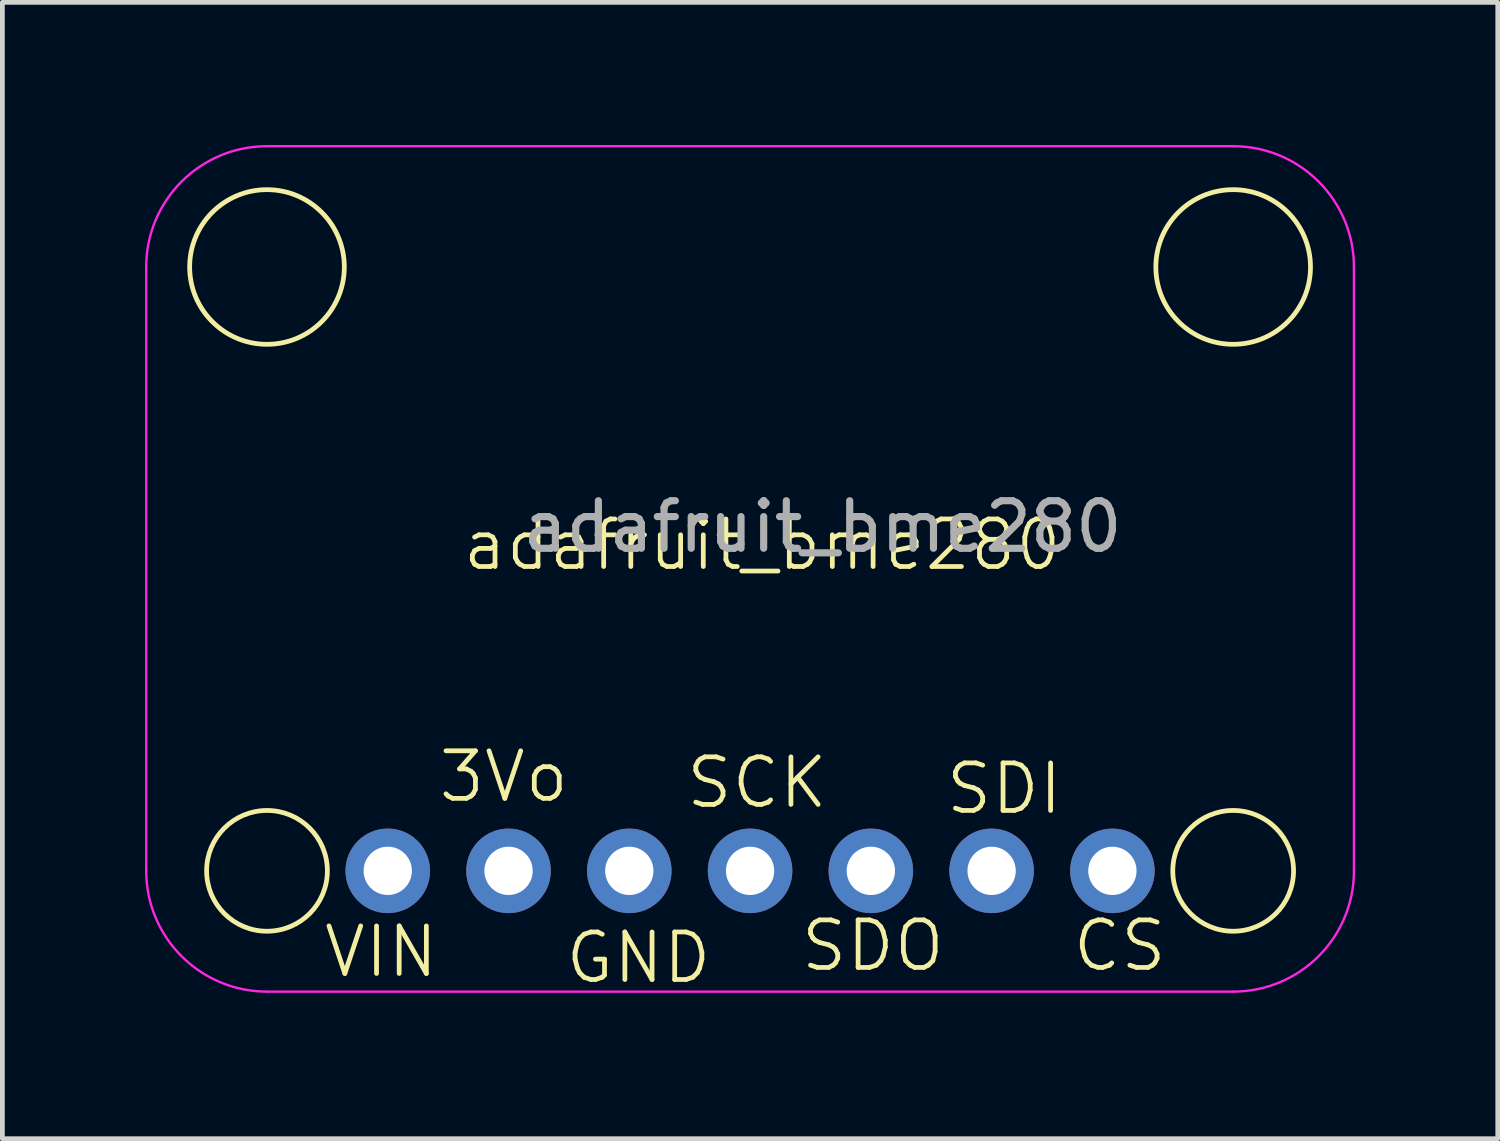
<source format=kicad_pcb>
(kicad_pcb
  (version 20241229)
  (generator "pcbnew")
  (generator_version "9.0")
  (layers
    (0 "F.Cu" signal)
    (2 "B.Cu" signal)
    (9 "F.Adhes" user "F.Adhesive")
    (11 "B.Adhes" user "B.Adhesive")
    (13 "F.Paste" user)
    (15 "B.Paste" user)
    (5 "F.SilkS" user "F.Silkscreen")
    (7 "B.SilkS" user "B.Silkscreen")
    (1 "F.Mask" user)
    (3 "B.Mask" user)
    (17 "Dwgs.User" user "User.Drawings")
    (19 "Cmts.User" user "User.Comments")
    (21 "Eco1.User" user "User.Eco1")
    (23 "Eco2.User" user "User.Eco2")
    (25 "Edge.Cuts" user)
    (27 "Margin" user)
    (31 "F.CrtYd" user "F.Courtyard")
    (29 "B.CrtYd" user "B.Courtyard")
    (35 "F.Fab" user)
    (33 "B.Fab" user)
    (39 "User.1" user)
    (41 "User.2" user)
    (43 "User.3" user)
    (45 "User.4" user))
  (footprint "adafruit_bme280"
    (layer "F.Cu")
    (at 2.565 2.565)
    (property "Reference" "adafruit_bme280" (at 10.414 5.842 0) (unlocked yes) (layer "F.SilkS") (effects (font (size 1 1) (thickness 0.1))))
    (attr through_hole)
    (fp_circle (center 0 0) (end 1.27 -1.016) (stroke (width 0.1) (type default)) (fill no) (layer "F.SilkS"))
    (fp_circle (center 0 12.7) (end 1.016 11.938) (stroke (width 0.1) (type default)) (fill no) (layer "F.SilkS"))
    (fp_circle (center 20.32 0) (end 21.59 -1.016) (stroke (width 0.1) (type default)) (fill no) (layer "F.SilkS"))
    (fp_circle (center 20.32 12.7) (end 21.336 11.938) (stroke (width 0.1) (type default)) (fill no) (layer "F.SilkS"))
    (fp_line (start -2.54 12.7) (end -2.54 0) (stroke (width 0.05) (type default)) (layer "F.CrtYd"))
    (fp_line (start 0 15.24) (end 20.32 15.24) (stroke (width 0.05) (type default)) (layer "F.CrtYd"))
    (fp_line (start 20.32 -2.54) (end 0 -2.54) (stroke (width 0.05) (type default)) (layer "F.CrtYd"))
    (fp_line (start 22.86 12.7) (end 22.86 0) (stroke (width 0.05) (type default)) (layer "F.CrtYd"))
    (fp_arc (start -2.54 0) (mid -1.796051 -1.796051) (end 0 -2.54) (stroke (width 0.05) (type default)) (layer "F.CrtYd"))
    (fp_arc (start 0 15.24) (mid -1.796051 14.496051) (end -2.54 12.7) (stroke (width 0.05) (type default)) (layer "F.CrtYd"))
    (fp_arc (start 20.32 -2.54) (mid 22.116051 -1.796051) (end 22.86 0) (stroke (width 0.05) (type default)) (layer "F.CrtYd"))
    (fp_arc (start 22.86 12.7) (mid 22.116051 14.496051) (end 20.32 15.24) (stroke (width 0.05) (type default)) (layer "F.CrtYd"))
    (fp_text user "SDO" (at 11.176 14.859 0) (unlocked yes) (layer "F.SilkS") (effects (font (size 1 1) (thickness 0.1)) (justify left bottom)))
    (fp_text user "SDI" (at 14.224 11.557 0) (unlocked yes) (layer "F.SilkS") (effects (font (size 1 1) (thickness 0.1)) (justify left bottom)))
    (fp_text user "3Vo" (at 3.556 11.303 0) (unlocked yes) (layer "F.SilkS") (effects (font (size 1 1) (thickness 0.1)) (justify left bottom)))
    (fp_text user "VIN" (at 1.143 14.986 0) (unlocked yes) (layer "F.SilkS") (effects (font (size 1 1) (thickness 0.1)) (justify left bottom)))
    (fp_text user "GND" (at 6.223 15.113 0) (unlocked yes) (layer "F.SilkS") (effects (font (size 1 1) (thickness 0.1)) (justify left bottom)))
    (fp_text user "CS" (at 16.891 14.859 0) (unlocked yes) (layer "F.SilkS") (effects (font (size 1 1) (thickness 0.1)) (justify left bottom)))
    (fp_text user "SCK" (at 8.763 11.43 0) (unlocked yes) (layer "F.SilkS") (effects (font (size 1 1) (thickness 0.1)) (justify left bottom)))
    (fp_text user "${REFERENCE}" (at 11.684 5.461 0) (unlocked yes) (layer "F.Fab") (effects (font (size 1 1) (thickness 0.15))))
    (pad "1" thru_hole circle (at 2.54 12.7) (size 1.778 1.778) (drill 1.016) (layers "*.Cu" "*.Mask"))
    (pad "2" thru_hole circle (at 5.08 12.7) (size 1.778 1.778) (drill 1.016) (layers "*.Cu" "*.Mask"))
    (pad "3" thru_hole circle (at 7.62 12.7) (size 1.778 1.778) (drill 1.016) (layers "*.Cu" "*.Mask"))
    (pad "4" thru_hole circle (at 10.16 12.7) (size 1.778 1.778) (drill 1.016) (layers "*.Cu" "*.Mask"))
    (pad "5" thru_hole circle (at 12.7 12.7) (size 1.778 1.778) (drill 1.016) (layers "*.Cu" "*.Mask"))
    (pad "6" thru_hole circle (at 15.24 12.7) (size 1.778 1.778) (drill 1.016) (layers "*.Cu" "*.Mask"))
    (pad "7" thru_hole circle (at 17.78 12.7) (size 1.778 1.778) (drill 1.016) (layers "*.Cu" "*.Mask")))
  (gr_rect
    (start -3 -3)
    (end 28.45 20.899)
    (stroke (width 0.1) (type default))
    (fill no)
    (layer "Edge.Cuts")))
</source>
